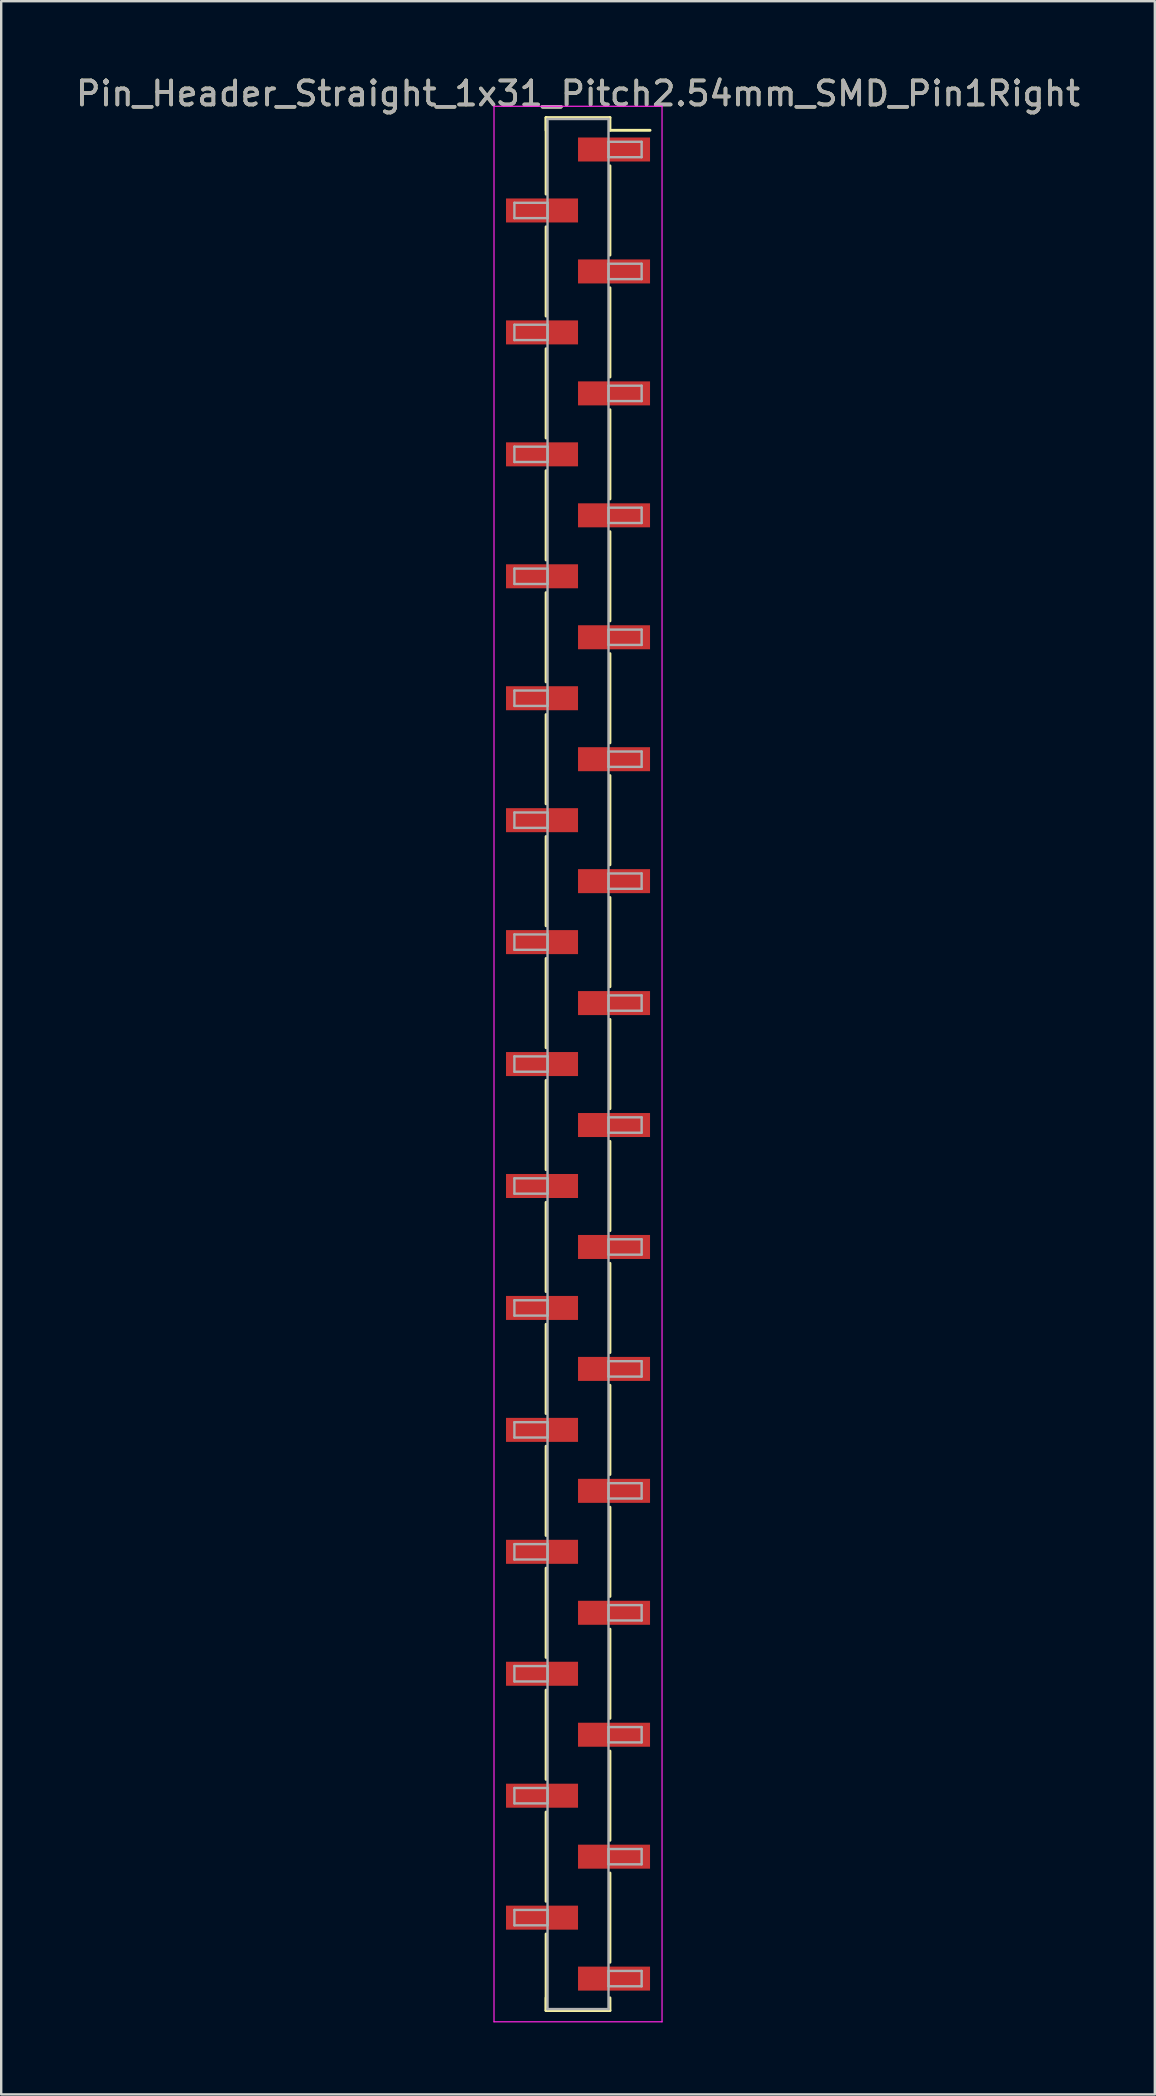
<source format=kicad_pcb>
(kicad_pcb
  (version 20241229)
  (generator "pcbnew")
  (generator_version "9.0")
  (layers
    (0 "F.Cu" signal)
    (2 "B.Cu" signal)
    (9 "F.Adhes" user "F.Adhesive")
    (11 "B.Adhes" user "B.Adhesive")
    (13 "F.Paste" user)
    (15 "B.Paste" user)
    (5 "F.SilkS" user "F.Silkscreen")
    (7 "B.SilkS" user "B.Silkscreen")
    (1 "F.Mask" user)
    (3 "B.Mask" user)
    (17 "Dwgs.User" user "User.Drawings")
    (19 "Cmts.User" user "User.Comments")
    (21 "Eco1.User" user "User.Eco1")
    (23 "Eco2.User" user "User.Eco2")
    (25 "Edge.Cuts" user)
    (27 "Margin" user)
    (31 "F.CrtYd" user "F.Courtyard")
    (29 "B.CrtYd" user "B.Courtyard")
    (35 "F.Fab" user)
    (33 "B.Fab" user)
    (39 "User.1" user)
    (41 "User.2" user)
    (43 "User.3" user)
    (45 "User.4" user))
  (footprint "Pin_Header_Straight_1x31_Pitch2.54mm_SMD_Pin1Right"
    (layer "F.Cu")
    (at 21.03 41.278)
    (property "Reference" "Pin_Header_Straight_1x31_Pitch2.54mm_SMD_Pin1Right" (at 0 -40.43 0) (layer "F.SilkS") (effects (font (size 1 1) (thickness 0.15))))
    (attr smd)
    (fp_line (start -1.33 -39.43) (end -1.33 -36.24) (stroke (width 0.12) (type solid)) (layer "F.SilkS"))
    (fp_line (start -1.33 -39.43) (end 1.33 -39.43) (stroke (width 0.12) (type solid)) (layer "F.SilkS"))
    (fp_line (start -1.33 -38.9) (end -1.33 -39.43) (stroke (width 0.12) (type solid)) (layer "F.SilkS"))
    (fp_line (start -1.33 -34.88) (end -1.33 -31.16) (stroke (width 0.12) (type solid)) (layer "F.SilkS"))
    (fp_line (start -1.33 -29.8) (end -1.33 -26.08) (stroke (width 0.12) (type solid)) (layer "F.SilkS"))
    (fp_line (start -1.33 -24.72) (end -1.33 -21) (stroke (width 0.12) (type solid)) (layer "F.SilkS"))
    (fp_line (start -1.33 -19.64) (end -1.33 -15.92) (stroke (width 0.12) (type solid)) (layer "F.SilkS"))
    (fp_line (start -1.33 -14.56) (end -1.33 -10.84) (stroke (width 0.12) (type solid)) (layer "F.SilkS"))
    (fp_line (start -1.33 -9.48) (end -1.33 -5.76) (stroke (width 0.12) (type solid)) (layer "F.SilkS"))
    (fp_line (start -1.33 -4.4) (end -1.33 -0.68) (stroke (width 0.12) (type solid)) (layer "F.SilkS"))
    (fp_line (start -1.33 0.68) (end -1.33 4.4) (stroke (width 0.12) (type solid)) (layer "F.SilkS"))
    (fp_line (start -1.33 5.76) (end -1.33 9.48) (stroke (width 0.12) (type solid)) (layer "F.SilkS"))
    (fp_line (start -1.33 10.84) (end -1.33 14.56) (stroke (width 0.12) (type solid)) (layer "F.SilkS"))
    (fp_line (start -1.33 15.92) (end -1.33 19.64) (stroke (width 0.12) (type solid)) (layer "F.SilkS"))
    (fp_line (start -1.33 21) (end -1.33 24.72) (stroke (width 0.12) (type solid)) (layer "F.SilkS"))
    (fp_line (start -1.33 26.08) (end -1.33 29.8) (stroke (width 0.12) (type solid)) (layer "F.SilkS"))
    (fp_line (start -1.33 31.16) (end -1.33 34.88) (stroke (width 0.12) (type solid)) (layer "F.SilkS"))
    (fp_line (start -1.33 36.24) (end -1.33 39.43) (stroke (width 0.12) (type solid)) (layer "F.SilkS"))
    (fp_line (start -1.33 38.9) (end -1.33 39.43) (stroke (width 0.12) (type solid)) (layer "F.SilkS"))
    (fp_line (start -1.33 39.43) (end 1.33 39.43) (stroke (width 0.12) (type solid)) (layer "F.SilkS"))
    (fp_line (start 1.33 -39.43) (end 1.33 -38.9) (stroke (width 0.12) (type solid)) (layer "F.SilkS"))
    (fp_line (start 1.33 -38.9) (end 3 -38.9) (stroke (width 0.12) (type solid)) (layer "F.SilkS"))
    (fp_line (start 1.33 -37.42) (end 1.33 -33.7) (stroke (width 0.12) (type solid)) (layer "F.SilkS"))
    (fp_line (start 1.33 -32.34) (end 1.33 -28.62) (stroke (width 0.12) (type solid)) (layer "F.SilkS"))
    (fp_line (start 1.33 -27.26) (end 1.33 -23.54) (stroke (width 0.12) (type solid)) (layer "F.SilkS"))
    (fp_line (start 1.33 -22.18) (end 1.33 -18.46) (stroke (width 0.12) (type solid)) (layer "F.SilkS"))
    (fp_line (start 1.33 -17.1) (end 1.33 -13.38) (stroke (width 0.12) (type solid)) (layer "F.SilkS"))
    (fp_line (start 1.33 -12.02) (end 1.33 -8.3) (stroke (width 0.12) (type solid)) (layer "F.SilkS"))
    (fp_line (start 1.33 -6.94) (end 1.33 -3.22) (stroke (width 0.12) (type solid)) (layer "F.SilkS"))
    (fp_line (start 1.33 -1.86) (end 1.33 1.86) (stroke (width 0.12) (type solid)) (layer "F.SilkS"))
    (fp_line (start 1.33 3.22) (end 1.33 6.94) (stroke (width 0.12) (type solid)) (layer "F.SilkS"))
    (fp_line (start 1.33 8.3) (end 1.33 12.02) (stroke (width 0.12) (type solid)) (layer "F.SilkS"))
    (fp_line (start 1.33 13.38) (end 1.33 17.1) (stroke (width 0.12) (type solid)) (layer "F.SilkS"))
    (fp_line (start 1.33 18.46) (end 1.33 22.18) (stroke (width 0.12) (type solid)) (layer "F.SilkS"))
    (fp_line (start 1.33 23.54) (end 1.33 27.26) (stroke (width 0.12) (type solid)) (layer "F.SilkS"))
    (fp_line (start 1.33 28.62) (end 1.33 32.34) (stroke (width 0.12) (type solid)) (layer "F.SilkS"))
    (fp_line (start 1.33 33.7) (end 1.33 37.42) (stroke (width 0.12) (type solid)) (layer "F.SilkS"))
    (fp_line (start 1.33 39.43) (end 1.33 38.9) (stroke (width 0.12) (type solid)) (layer "F.SilkS"))
    (fp_line (start -3.5 -39.9) (end -3.5 39.9) (stroke (width 0.05) (type solid)) (layer "F.CrtYd"))
    (fp_line (start -3.5 39.9) (end 3.5 39.9) (stroke (width 0.05) (type solid)) (layer "F.CrtYd"))
    (fp_line (start 3.5 -39.9) (end -3.5 -39.9) (stroke (width 0.05) (type solid)) (layer "F.CrtYd"))
    (fp_line (start 3.5 39.9) (end 3.5 -39.9) (stroke (width 0.05) (type solid)) (layer "F.CrtYd"))
    (fp_line (start -2.65 -35.88) (end -1.27 -35.88) (stroke (width 0.1) (type solid)) (layer "F.Fab"))
    (fp_line (start -2.65 -35.24) (end -2.65 -35.88) (stroke (width 0.1) (type solid)) (layer "F.Fab"))
    (fp_line (start -2.65 -30.8) (end -1.27 -30.8) (stroke (width 0.1) (type solid)) (layer "F.Fab"))
    (fp_line (start -2.65 -30.16) (end -2.65 -30.8) (stroke (width 0.1) (type solid)) (layer "F.Fab"))
    (fp_line (start -2.65 -25.72) (end -1.27 -25.72) (stroke (width 0.1) (type solid)) (layer "F.Fab"))
    (fp_line (start -2.65 -25.08) (end -2.65 -25.72) (stroke (width 0.1) (type solid)) (layer "F.Fab"))
    (fp_line (start -2.65 -20.64) (end -1.27 -20.64) (stroke (width 0.1) (type solid)) (layer "F.Fab"))
    (fp_line (start -2.65 -20) (end -2.65 -20.64) (stroke (width 0.1) (type solid)) (layer "F.Fab"))
    (fp_line (start -2.65 -15.56) (end -1.27 -15.56) (stroke (width 0.1) (type solid)) (layer "F.Fab"))
    (fp_line (start -2.65 -14.92) (end -2.65 -15.56) (stroke (width 0.1) (type solid)) (layer "F.Fab"))
    (fp_line (start -2.65 -10.48) (end -1.27 -10.48) (stroke (width 0.1) (type solid)) (layer "F.Fab"))
    (fp_line (start -2.65 -9.84) (end -2.65 -10.48) (stroke (width 0.1) (type solid)) (layer "F.Fab"))
    (fp_line (start -2.65 -5.4) (end -1.27 -5.4) (stroke (width 0.1) (type solid)) (layer "F.Fab"))
    (fp_line (start -2.65 -4.76) (end -2.65 -5.4) (stroke (width 0.1) (type solid)) (layer "F.Fab"))
    (fp_line (start -2.65 -0.32) (end -1.27 -0.32) (stroke (width 0.1) (type solid)) (layer "F.Fab"))
    (fp_line (start -2.65 0.32) (end -2.65 -0.32) (stroke (width 0.1) (type solid)) (layer "F.Fab"))
    (fp_line (start -2.65 4.76) (end -1.27 4.76) (stroke (width 0.1) (type solid)) (layer "F.Fab"))
    (fp_line (start -2.65 5.4) (end -2.65 4.76) (stroke (width 0.1) (type solid)) (layer "F.Fab"))
    (fp_line (start -2.65 9.84) (end -1.27 9.84) (stroke (width 0.1) (type solid)) (layer "F.Fab"))
    (fp_line (start -2.65 10.48) (end -2.65 9.84) (stroke (width 0.1) (type solid)) (layer "F.Fab"))
    (fp_line (start -2.65 14.92) (end -1.27 14.92) (stroke (width 0.1) (type solid)) (layer "F.Fab"))
    (fp_line (start -2.65 15.56) (end -2.65 14.92) (stroke (width 0.1) (type solid)) (layer "F.Fab"))
    (fp_line (start -2.65 20) (end -1.27 20) (stroke (width 0.1) (type solid)) (layer "F.Fab"))
    (fp_line (start -2.65 20.64) (end -2.65 20) (stroke (width 0.1) (type solid)) (layer "F.Fab"))
    (fp_line (start -2.65 25.08) (end -1.27 25.08) (stroke (width 0.1) (type solid)) (layer "F.Fab"))
    (fp_line (start -2.65 25.72) (end -2.65 25.08) (stroke (width 0.1) (type solid)) (layer "F.Fab"))
    (fp_line (start -2.65 30.16) (end -1.27 30.16) (stroke (width 0.1) (type solid)) (layer "F.Fab"))
    (fp_line (start -2.65 30.8) (end -2.65 30.16) (stroke (width 0.1) (type solid)) (layer "F.Fab"))
    (fp_line (start -2.65 35.24) (end -1.27 35.24) (stroke (width 0.1) (type solid)) (layer "F.Fab"))
    (fp_line (start -2.65 35.88) (end -2.65 35.24) (stroke (width 0.1) (type solid)) (layer "F.Fab"))
    (fp_line (start -1.27 -39.37) (end -1.27 39.37) (stroke (width 0.1) (type solid)) (layer "F.Fab"))
    (fp_line (start -1.27 -35.88) (end -1.27 -35.24) (stroke (width 0.1) (type solid)) (layer "F.Fab"))
    (fp_line (start -1.27 -35.24) (end -2.65 -35.24) (stroke (width 0.1) (type solid)) (layer "F.Fab"))
    (fp_line (start -1.27 -30.8) (end -1.27 -30.16) (stroke (width 0.1) (type solid)) (layer "F.Fab"))
    (fp_line (start -1.27 -30.16) (end -2.65 -30.16) (stroke (width 0.1) (type solid)) (layer "F.Fab"))
    (fp_line (start -1.27 -25.72) (end -1.27 -25.08) (stroke (width 0.1) (type solid)) (layer "F.Fab"))
    (fp_line (start -1.27 -25.08) (end -2.65 -25.08) (stroke (width 0.1) (type solid)) (layer "F.Fab"))
    (fp_line (start -1.27 -20.64) (end -1.27 -20) (stroke (width 0.1) (type solid)) (layer "F.Fab"))
    (fp_line (start -1.27 -20) (end -2.65 -20) (stroke (width 0.1) (type solid)) (layer "F.Fab"))
    (fp_line (start -1.27 -15.56) (end -1.27 -14.92) (stroke (width 0.1) (type solid)) (layer "F.Fab"))
    (fp_line (start -1.27 -14.92) (end -2.65 -14.92) (stroke (width 0.1) (type solid)) (layer "F.Fab"))
    (fp_line (start -1.27 -10.48) (end -1.27 -9.84) (stroke (width 0.1) (type solid)) (layer "F.Fab"))
    (fp_line (start -1.27 -9.84) (end -2.65 -9.84) (stroke (width 0.1) (type solid)) (layer "F.Fab"))
    (fp_line (start -1.27 -5.4) (end -1.27 -4.76) (stroke (width 0.1) (type solid)) (layer "F.Fab"))
    (fp_line (start -1.27 -4.76) (end -2.65 -4.76) (stroke (width 0.1) (type solid)) (layer "F.Fab"))
    (fp_line (start -1.27 -0.32) (end -1.27 0.32) (stroke (width 0.1) (type solid)) (layer "F.Fab"))
    (fp_line (start -1.27 0.32) (end -2.65 0.32) (stroke (width 0.1) (type solid)) (layer "F.Fab"))
    (fp_line (start -1.27 4.76) (end -1.27 5.4) (stroke (width 0.1) (type solid)) (layer "F.Fab"))
    (fp_line (start -1.27 5.4) (end -2.65 5.4) (stroke (width 0.1) (type solid)) (layer "F.Fab"))
    (fp_line (start -1.27 9.84) (end -1.27 10.48) (stroke (width 0.1) (type solid)) (layer "F.Fab"))
    (fp_line (start -1.27 10.48) (end -2.65 10.48) (stroke (width 0.1) (type solid)) (layer "F.Fab"))
    (fp_line (start -1.27 14.92) (end -1.27 15.56) (stroke (width 0.1) (type solid)) (layer "F.Fab"))
    (fp_line (start -1.27 15.56) (end -2.65 15.56) (stroke (width 0.1) (type solid)) (layer "F.Fab"))
    (fp_line (start -1.27 20) (end -1.27 20.64) (stroke (width 0.1) (type solid)) (layer "F.Fab"))
    (fp_line (start -1.27 20.64) (end -2.65 20.64) (stroke (width 0.1) (type solid)) (layer "F.Fab"))
    (fp_line (start -1.27 25.08) (end -1.27 25.72) (stroke (width 0.1) (type solid)) (layer "F.Fab"))
    (fp_line (start -1.27 25.72) (end -2.65 25.72) (stroke (width 0.1) (type solid)) (layer "F.Fab"))
    (fp_line (start -1.27 30.16) (end -1.27 30.8) (stroke (width 0.1) (type solid)) (layer "F.Fab"))
    (fp_line (start -1.27 30.8) (end -2.65 30.8) (stroke (width 0.1) (type solid)) (layer "F.Fab"))
    (fp_line (start -1.27 35.24) (end -1.27 35.88) (stroke (width 0.1) (type solid)) (layer "F.Fab"))
    (fp_line (start -1.27 35.88) (end -2.65 35.88) (stroke (width 0.1) (type solid)) (layer "F.Fab"))
    (fp_line (start -1.27 39.37) (end 1.27 39.37) (stroke (width 0.1) (type solid)) (layer "F.Fab"))
    (fp_line (start 1.27 -39.37) (end -1.27 -39.37) (stroke (width 0.1) (type solid)) (layer "F.Fab"))
    (fp_line (start 1.27 -38.42) (end 1.27 -37.78) (stroke (width 0.1) (type solid)) (layer "F.Fab"))
    (fp_line (start 1.27 -37.78) (end 2.65 -37.78) (stroke (width 0.1) (type solid)) (layer "F.Fab"))
    (fp_line (start 1.27 -33.34) (end 1.27 -32.7) (stroke (width 0.1) (type solid)) (layer "F.Fab"))
    (fp_line (start 1.27 -32.7) (end 2.65 -32.7) (stroke (width 0.1) (type solid)) (layer "F.Fab"))
    (fp_line (start 1.27 -28.26) (end 1.27 -27.62) (stroke (width 0.1) (type solid)) (layer "F.Fab"))
    (fp_line (start 1.27 -27.62) (end 2.65 -27.62) (stroke (width 0.1) (type solid)) (layer "F.Fab"))
    (fp_line (start 1.27 -23.18) (end 1.27 -22.54) (stroke (width 0.1) (type solid)) (layer "F.Fab"))
    (fp_line (start 1.27 -22.54) (end 2.65 -22.54) (stroke (width 0.1) (type solid)) (layer "F.Fab"))
    (fp_line (start 1.27 -18.1) (end 1.27 -17.46) (stroke (width 0.1) (type solid)) (layer "F.Fab"))
    (fp_line (start 1.27 -17.46) (end 2.65 -17.46) (stroke (width 0.1) (type solid)) (layer "F.Fab"))
    (fp_line (start 1.27 -13.02) (end 1.27 -12.38) (stroke (width 0.1) (type solid)) (layer "F.Fab"))
    (fp_line (start 1.27 -12.38) (end 2.65 -12.38) (stroke (width 0.1) (type solid)) (layer "F.Fab"))
    (fp_line (start 1.27 -7.94) (end 1.27 -7.3) (stroke (width 0.1) (type solid)) (layer "F.Fab"))
    (fp_line (start 1.27 -7.3) (end 2.65 -7.3) (stroke (width 0.1) (type solid)) (layer "F.Fab"))
    (fp_line (start 1.27 -2.86) (end 1.27 -2.22) (stroke (width 0.1) (type solid)) (layer "F.Fab"))
    (fp_line (start 1.27 -2.22) (end 2.65 -2.22) (stroke (width 0.1) (type solid)) (layer "F.Fab"))
    (fp_line (start 1.27 2.22) (end 1.27 2.86) (stroke (width 0.1) (type solid)) (layer "F.Fab"))
    (fp_line (start 1.27 2.86) (end 2.65 2.86) (stroke (width 0.1) (type solid)) (layer "F.Fab"))
    (fp_line (start 1.27 7.3) (end 1.27 7.94) (stroke (width 0.1) (type solid)) (layer "F.Fab"))
    (fp_line (start 1.27 7.94) (end 2.65 7.94) (stroke (width 0.1) (type solid)) (layer "F.Fab"))
    (fp_line (start 1.27 12.38) (end 1.27 13.02) (stroke (width 0.1) (type solid)) (layer "F.Fab"))
    (fp_line (start 1.27 13.02) (end 2.65 13.02) (stroke (width 0.1) (type solid)) (layer "F.Fab"))
    (fp_line (start 1.27 17.46) (end 1.27 18.1) (stroke (width 0.1) (type solid)) (layer "F.Fab"))
    (fp_line (start 1.27 18.1) (end 2.65 18.1) (stroke (width 0.1) (type solid)) (layer "F.Fab"))
    (fp_line (start 1.27 22.54) (end 1.27 23.18) (stroke (width 0.1) (type solid)) (layer "F.Fab"))
    (fp_line (start 1.27 23.18) (end 2.65 23.18) (stroke (width 0.1) (type solid)) (layer "F.Fab"))
    (fp_line (start 1.27 27.62) (end 1.27 28.26) (stroke (width 0.1) (type solid)) (layer "F.Fab"))
    (fp_line (start 1.27 28.26) (end 2.65 28.26) (stroke (width 0.1) (type solid)) (layer "F.Fab"))
    (fp_line (start 1.27 32.7) (end 1.27 33.34) (stroke (width 0.1) (type solid)) (layer "F.Fab"))
    (fp_line (start 1.27 33.34) (end 2.65 33.34) (stroke (width 0.1) (type solid)) (layer "F.Fab"))
    (fp_line (start 1.27 37.78) (end 1.27 38.42) (stroke (width 0.1) (type solid)) (layer "F.Fab"))
    (fp_line (start 1.27 38.42) (end 2.65 38.42) (stroke (width 0.1) (type solid)) (layer "F.Fab"))
    (fp_line (start 1.27 39.37) (end 1.27 -39.37) (stroke (width 0.1) (type solid)) (layer "F.Fab"))
    (fp_line (start 2.65 -38.42) (end 1.27 -38.42) (stroke (width 0.1) (type solid)) (layer "F.Fab"))
    (fp_line (start 2.65 -37.78) (end 2.65 -38.42) (stroke (width 0.1) (type solid)) (layer "F.Fab"))
    (fp_line (start 2.65 -33.34) (end 1.27 -33.34) (stroke (width 0.1) (type solid)) (layer "F.Fab"))
    (fp_line (start 2.65 -32.7) (end 2.65 -33.34) (stroke (width 0.1) (type solid)) (layer "F.Fab"))
    (fp_line (start 2.65 -28.26) (end 1.27 -28.26) (stroke (width 0.1) (type solid)) (layer "F.Fab"))
    (fp_line (start 2.65 -27.62) (end 2.65 -28.26) (stroke (width 0.1) (type solid)) (layer "F.Fab"))
    (fp_line (start 2.65 -23.18) (end 1.27 -23.18) (stroke (width 0.1) (type solid)) (layer "F.Fab"))
    (fp_line (start 2.65 -22.54) (end 2.65 -23.18) (stroke (width 0.1) (type solid)) (layer "F.Fab"))
    (fp_line (start 2.65 -18.1) (end 1.27 -18.1) (stroke (width 0.1) (type solid)) (layer "F.Fab"))
    (fp_line (start 2.65 -17.46) (end 2.65 -18.1) (stroke (width 0.1) (type solid)) (layer "F.Fab"))
    (fp_line (start 2.65 -13.02) (end 1.27 -13.02) (stroke (width 0.1) (type solid)) (layer "F.Fab"))
    (fp_line (start 2.65 -12.38) (end 2.65 -13.02) (stroke (width 0.1) (type solid)) (layer "F.Fab"))
    (fp_line (start 2.65 -7.94) (end 1.27 -7.94) (stroke (width 0.1) (type solid)) (layer "F.Fab"))
    (fp_line (start 2.65 -7.3) (end 2.65 -7.94) (stroke (width 0.1) (type solid)) (layer "F.Fab"))
    (fp_line (start 2.65 -2.86) (end 1.27 -2.86) (stroke (width 0.1) (type solid)) (layer "F.Fab"))
    (fp_line (start 2.65 -2.22) (end 2.65 -2.86) (stroke (width 0.1) (type solid)) (layer "F.Fab"))
    (fp_line (start 2.65 2.22) (end 1.27 2.22) (stroke (width 0.1) (type solid)) (layer "F.Fab"))
    (fp_line (start 2.65 2.86) (end 2.65 2.22) (stroke (width 0.1) (type solid)) (layer "F.Fab"))
    (fp_line (start 2.65 7.3) (end 1.27 7.3) (stroke (width 0.1) (type solid)) (layer "F.Fab"))
    (fp_line (start 2.65 7.94) (end 2.65 7.3) (stroke (width 0.1) (type solid)) (layer "F.Fab"))
    (fp_line (start 2.65 12.38) (end 1.27 12.38) (stroke (width 0.1) (type solid)) (layer "F.Fab"))
    (fp_line (start 2.65 13.02) (end 2.65 12.38) (stroke (width 0.1) (type solid)) (layer "F.Fab"))
    (fp_line (start 2.65 17.46) (end 1.27 17.46) (stroke (width 0.1) (type solid)) (layer "F.Fab"))
    (fp_line (start 2.65 18.1) (end 2.65 17.46) (stroke (width 0.1) (type solid)) (layer "F.Fab"))
    (fp_line (start 2.65 22.54) (end 1.27 22.54) (stroke (width 0.1) (type solid)) (layer "F.Fab"))
    (fp_line (start 2.65 23.18) (end 2.65 22.54) (stroke (width 0.1) (type solid)) (layer "F.Fab"))
    (fp_line (start 2.65 27.62) (end 1.27 27.62) (stroke (width 0.1) (type solid)) (layer "F.Fab"))
    (fp_line (start 2.65 28.26) (end 2.65 27.62) (stroke (width 0.1) (type solid)) (layer "F.Fab"))
    (fp_line (start 2.65 32.7) (end 1.27 32.7) (stroke (width 0.1) (type solid)) (layer "F.Fab"))
    (fp_line (start 2.65 33.34) (end 2.65 32.7) (stroke (width 0.1) (type solid)) (layer "F.Fab"))
    (fp_line (start 2.65 37.78) (end 1.27 37.78) (stroke (width 0.1) (type solid)) (layer "F.Fab"))
    (fp_line (start 2.65 38.42) (end 2.65 37.78) (stroke (width 0.1) (type solid)) (layer "F.Fab"))
    (fp_text user "${REFERENCE}" (at 0 -40.43 0) (layer "F.Fab") (effects (font (size 1 1) (thickness 0.15))))
    (pad "1" smd rect (at 1.5 -38.1) (size 3 1) (layers "F.Cu" "F.Mask" "F.Paste"))
    (pad "2" smd rect (at -1.5 -35.56) (size 3 1) (layers "F.Cu" "F.Mask" "F.Paste"))
    (pad "3" smd rect (at 1.5 -33.02) (size 3 1) (layers "F.Cu" "F.Mask" "F.Paste"))
    (pad "4" smd rect (at -1.5 -30.48) (size 3 1) (layers "F.Cu" "F.Mask" "F.Paste"))
    (pad "5" smd rect (at 1.5 -27.94) (size 3 1) (layers "F.Cu" "F.Mask" "F.Paste"))
    (pad "6" smd rect (at -1.5 -25.4) (size 3 1) (layers "F.Cu" "F.Mask" "F.Paste"))
    (pad "7" smd rect (at 1.5 -22.86) (size 3 1) (layers "F.Cu" "F.Mask" "F.Paste"))
    (pad "8" smd rect (at -1.5 -20.32) (size 3 1) (layers "F.Cu" "F.Mask" "F.Paste"))
    (pad "9" smd rect (at 1.5 -17.78) (size 3 1) (layers "F.Cu" "F.Mask" "F.Paste"))
    (pad "10" smd rect (at -1.5 -15.24) (size 3 1) (layers "F.Cu" "F.Mask" "F.Paste"))
    (pad "11" smd rect (at 1.5 -12.7) (size 3 1) (layers "F.Cu" "F.Mask" "F.Paste"))
    (pad "12" smd rect (at -1.5 -10.16) (size 3 1) (layers "F.Cu" "F.Mask" "F.Paste"))
    (pad "13" smd rect (at 1.5 -7.62) (size 3 1) (layers "F.Cu" "F.Mask" "F.Paste"))
    (pad "14" smd rect (at -1.5 -5.08) (size 3 1) (layers "F.Cu" "F.Mask" "F.Paste"))
    (pad "15" smd rect (at 1.5 -2.54) (size 3 1) (layers "F.Cu" "F.Mask" "F.Paste"))
    (pad "16" smd rect (at -1.5 0) (size 3 1) (layers "F.Cu" "F.Mask" "F.Paste"))
    (pad "17" smd rect (at 1.5 2.54) (size 3 1) (layers "F.Cu" "F.Mask" "F.Paste"))
    (pad "18" smd rect (at -1.5 5.08) (size 3 1) (layers "F.Cu" "F.Mask" "F.Paste"))
    (pad "19" smd rect (at 1.5 7.62) (size 3 1) (layers "F.Cu" "F.Mask" "F.Paste"))
    (pad "20" smd rect (at -1.5 10.16) (size 3 1) (layers "F.Cu" "F.Mask" "F.Paste"))
    (pad "21" smd rect (at 1.5 12.7) (size 3 1) (layers "F.Cu" "F.Mask" "F.Paste"))
    (pad "22" smd rect (at -1.5 15.24) (size 3 1) (layers "F.Cu" "F.Mask" "F.Paste"))
    (pad "23" smd rect (at 1.5 17.78) (size 3 1) (layers "F.Cu" "F.Mask" "F.Paste"))
    (pad "24" smd rect (at -1.5 20.32) (size 3 1) (layers "F.Cu" "F.Mask" "F.Paste"))
    (pad "25" smd rect (at 1.5 22.86) (size 3 1) (layers "F.Cu" "F.Mask" "F.Paste"))
    (pad "26" smd rect (at -1.5 25.4) (size 3 1) (layers "F.Cu" "F.Mask" "F.Paste"))
    (pad "27" smd rect (at 1.5 27.94) (size 3 1) (layers "F.Cu" "F.Mask" "F.Paste"))
    (pad "28" smd rect (at -1.5 30.48) (size 3 1) (layers "F.Cu" "F.Mask" "F.Paste"))
    (pad "29" smd rect (at 1.5 33.02) (size 3 1) (layers "F.Cu" "F.Mask" "F.Paste"))
    (pad "30" smd rect (at -1.5 35.56) (size 3 1) (layers "F.Cu" "F.Mask" "F.Paste"))
    (pad "31" smd rect (at 1.5 38.1) (size 3 1) (layers "F.Cu" "F.Mask" "F.Paste")))
  (gr_rect
    (start -3 -3)
    (end 45.06 84.203)
    (stroke (width 0.1) (type default))
    (fill no)
    (layer "Edge.Cuts")))
</source>
